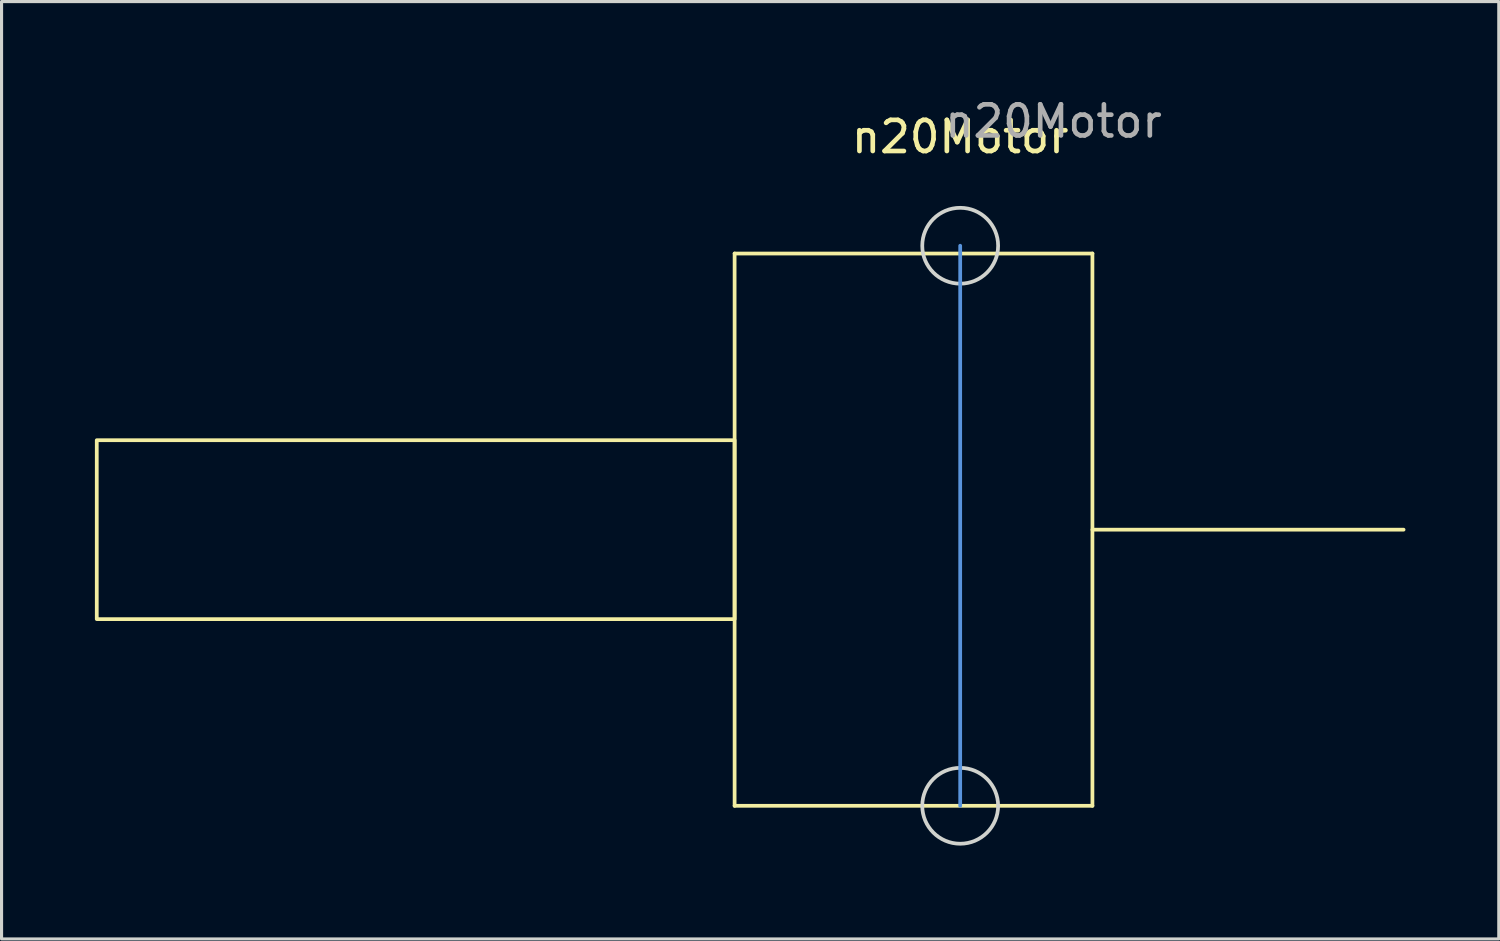
<source format=kicad_pcb>
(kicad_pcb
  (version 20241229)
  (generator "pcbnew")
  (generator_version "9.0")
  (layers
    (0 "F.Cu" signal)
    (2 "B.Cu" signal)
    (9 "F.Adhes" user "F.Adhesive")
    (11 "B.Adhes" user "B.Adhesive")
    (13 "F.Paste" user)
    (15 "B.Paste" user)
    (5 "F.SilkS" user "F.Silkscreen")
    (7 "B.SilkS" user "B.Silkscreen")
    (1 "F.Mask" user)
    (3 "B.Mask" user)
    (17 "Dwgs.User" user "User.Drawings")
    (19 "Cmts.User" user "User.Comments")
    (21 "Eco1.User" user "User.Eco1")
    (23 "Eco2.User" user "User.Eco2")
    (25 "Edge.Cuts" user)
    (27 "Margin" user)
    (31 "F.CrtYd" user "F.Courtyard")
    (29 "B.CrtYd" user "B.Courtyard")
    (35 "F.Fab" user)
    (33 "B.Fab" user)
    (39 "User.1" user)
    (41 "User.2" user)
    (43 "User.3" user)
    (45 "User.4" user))
  (footprint "n20Motor"
    (layer "F.Cu")
    (at 27.81 13.848)
    (property "Reference" "n20Motor" (at 0 -12.5 0) (unlocked yes) (layer "F.SilkS") (effects (font (size 1 1) (thickness 0.15))))
    (fp_line (start -7.25 9) (end -7.25 -8.75) (stroke (width 0.12) (type solid)) (layer "F.SilkS"))
    (fp_line (start 0 -8.75) (end -7.25 -8.75) (stroke (width 0.12) (type solid)) (layer "F.SilkS"))
    (fp_line (start 0 -8.75) (end 4.25 -8.75) (stroke (width 0.12) (type solid)) (layer "F.SilkS"))
    (fp_line (start 4.25 -8.75) (end 4.25 9) (stroke (width 0.12) (type solid)) (layer "F.SilkS"))
    (fp_line (start 4.25 0.125) (end 14.25 0.125) (stroke (width 0.12) (type solid)) (layer "F.SilkS"))
    (fp_line (start 4.25 9) (end -7.25 9) (stroke (width 0.12) (type solid)) (layer "F.SilkS"))
    (fp_rect (start -7.25 3) (end -27.75 -2.75) (stroke (width 0.12) (type solid)) (fill no) (layer "F.SilkS"))
    (fp_line (start 0 -9) (end 0 9) (stroke (width 0.12) (type solid)) (layer "Cmts.User"))
    (fp_circle (center 0 -9) (end 1.219 -9) (stroke (width 0.12) (type solid)) (fill no) (layer "Edge.Cuts"))
    (fp_circle (center 0 9) (end 1.219 9) (stroke (width 0.12) (type solid)) (fill no) (layer "Edge.Cuts"))
    (fp_text user "${REFERENCE}" (at 3 -13 0) (unlocked yes) (layer "F.Fab") (effects (font (size 1 1) (thickness 0.15)))))
  (gr_rect
    (start -3 -3)
    (end 45.12 27.127)
    (stroke (width 0.1) (type default))
    (fill no)
    (layer "Edge.Cuts")))
</source>
